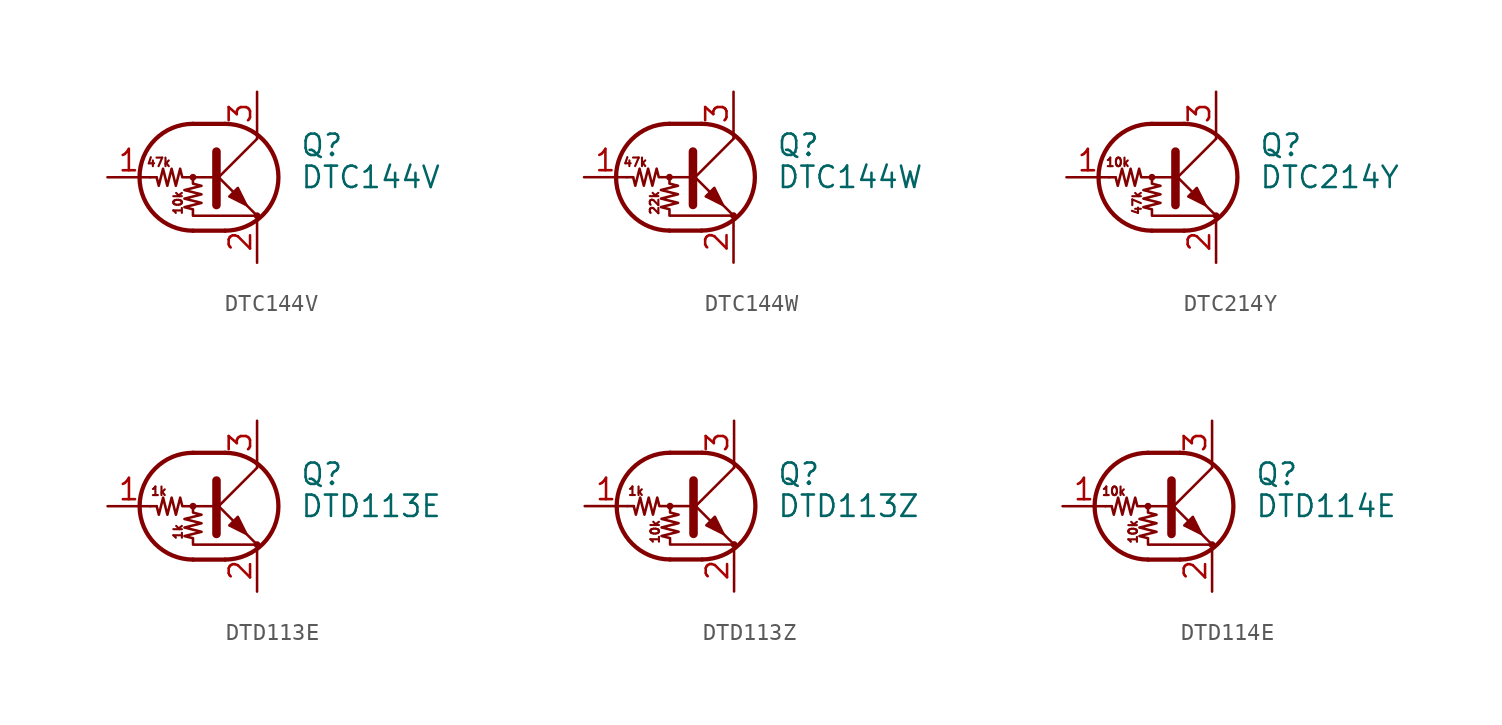
<source format=kicad_sym>
(kicad_symbol_lib
  (version 20201005)
  (generator kicad_symbol_editor)
  (symbol "Transistor_BJT:DTC144V"
    (pin_names
      (offset 0) hide)
    (property "Reference" "Q"
      (at 5.08 1.905 0)
      (effects (font (size 1.27 1.27)) (justify left)))
    (property "Value" "DTC144V"
      (at 5.08 0 0)
      (effects (font (size 1.27 1.27)) (justify left)))
    (symbol "DTC144V_0_0"
      (text "10k" (at -2.159 -1.524 900) (effects (font (size 0.508 0.508))))
      (text "47k" (at -3.302 0.889 0) (effects (font (size 0.508 0.508)))))
    (symbol "DTC144V_0_1"
      (arc (start -1.27 3.175) (end -1.27 -3.175) (radius (at -1.27 0) (length 3.175) (angles 90.1 -90.1)) (stroke (width 0.254)) (fill (type none)))
      (arc (start 0.635 -3.175) (end 0.635 3.175) (radius (at 0.635 0) (length 3.175) (angles -89.9 89.9)) (stroke (width 0.254)) (fill (type none)))
      (circle (center -1.27 0) (radius 0.127) (stroke (width 0)) (fill (type none)))
      (circle (center 2.54 -2.286) (radius 0.127) (stroke (width 0)) (fill (type none)))
      (polyline (pts (xy -3.429 0) (xy -3.81 0)) (stroke (width 0)) (fill (type none)))
      (polyline (pts (xy -1.27 -3.175) (xy 0.635 -3.175)) (stroke (width 0.254)) (fill (type none)))
      (polyline (pts (xy -1.27 3.175) (xy 0.635 3.175)) (stroke (width 0.254)) (fill (type none)))
      (polyline (pts (xy 0 -0.254) (xy 2.54 2.286)) (stroke (width 0)) (fill (type none)))
      (polyline (pts (xy 0.127 1.524) (xy 0.127 -1.651)) (stroke (width 0.508)) (fill (type outline)))
      (polyline (pts (xy 2.54 2.286) (xy 2.54 2.54)) (stroke (width 0)) (fill (type none)))
      (polyline (pts (xy 2.54 -2.286) (xy 0 0.254) (xy 0 0.254)) (stroke (width 0)) (fill (type none)))
      (polyline (pts (xy 0.889 -1.143) (xy 1.397 -0.635) (xy 1.905 -1.651) (xy 0.889 -1.143)) (stroke (width 0)) (fill (type outline)))
      (polyline (pts (xy 0 0) (xy -1.905 0) (xy -2.032 0.508) (xy -2.286 -0.508) (xy -2.54 0.508) (xy -2.794 -0.508) (xy -3.048 0.508) (xy -3.302 -0.508) (xy -3.429 0)) (stroke (width 0)) (fill (type none)))
      (polyline (pts (xy -1.27 0) (xy -1.27 -0.381) (xy -0.762 -0.508) (xy -1.778 -0.762) (xy -0.762 -1.016) (xy -1.778 -1.27) (xy -0.762 -1.524) (xy -1.778 -1.778) (xy -1.27 -1.905) (xy -1.27 -2.286) (xy 2.54 -2.286)) (stroke (width 0)) (fill (type none))))
    (symbol "DTC144V_1_1"
      (pin input line (at -6.35 0 0) (length 2.54) (name "B" (effects (font (size 1.27 1.27)))) (number "1" (effects (font (size 1.27 1.27)))))
      (pin passive line (at 2.54 -5.08 90) (length 2.54) (name "E" (effects (font (size 1.27 1.27)))) (number "2" (effects (font (size 1.27 1.27)))))
      (pin passive line (at 2.54 5.08 270) (length 2.54) (name "C" (effects (font (size 1.27 1.27)))) (number "3" (effects (font (size 1.27 1.27)))))))
  (symbol "Transistor_BJT:DTC144W"
    (pin_names
      (offset 0) hide)
    (property "Reference" "Q"
      (at 5.08 1.905 0)
      (effects (font (size 1.27 1.27)) (justify left)))
    (property "Value" "DTC144W"
      (at 5.08 0 0)
      (effects (font (size 1.27 1.27)) (justify left)))
    (symbol "DTC144W_0_0"
      (text "22k" (at -2.159 -1.524 900) (effects (font (size 0.508 0.508))))
      (text "47k" (at -3.302 0.889 0) (effects (font (size 0.508 0.508)))))
    (symbol "DTC144W_0_1"
      (arc (start -1.27 3.175) (end -1.27 -3.175) (radius (at -1.27 0) (length 3.175) (angles 90.1 -90.1)) (stroke (width 0.254)) (fill (type none)))
      (arc (start 0.635 -3.175) (end 0.635 3.175) (radius (at 0.635 0) (length 3.175) (angles -89.9 89.9)) (stroke (width 0.254)) (fill (type none)))
      (circle (center -1.27 0) (radius 0.127) (stroke (width 0)) (fill (type none)))
      (circle (center 2.54 -2.286) (radius 0.127) (stroke (width 0)) (fill (type none)))
      (polyline (pts (xy -3.429 0) (xy -3.81 0)) (stroke (width 0)) (fill (type none)))
      (polyline (pts (xy -1.27 -3.175) (xy 0.635 -3.175)) (stroke (width 0.254)) (fill (type none)))
      (polyline (pts (xy -1.27 3.175) (xy 0.635 3.175)) (stroke (width 0.254)) (fill (type none)))
      (polyline (pts (xy 0 -0.254) (xy 2.54 2.286)) (stroke (width 0)) (fill (type none)))
      (polyline (pts (xy 0.127 1.524) (xy 0.127 -1.651)) (stroke (width 0.508)) (fill (type outline)))
      (polyline (pts (xy 2.54 2.286) (xy 2.54 2.54)) (stroke (width 0)) (fill (type none)))
      (polyline (pts (xy 2.54 -2.286) (xy 0 0.254) (xy 0 0.254)) (stroke (width 0)) (fill (type none)))
      (polyline (pts (xy 0.889 -1.143) (xy 1.397 -0.635) (xy 1.905 -1.651) (xy 0.889 -1.143)) (stroke (width 0)) (fill (type outline)))
      (polyline (pts (xy 0 0) (xy -1.905 0) (xy -2.032 0.508) (xy -2.286 -0.508) (xy -2.54 0.508) (xy -2.794 -0.508) (xy -3.048 0.508) (xy -3.302 -0.508) (xy -3.429 0)) (stroke (width 0)) (fill (type none)))
      (polyline (pts (xy -1.27 0) (xy -1.27 -0.381) (xy -0.762 -0.508) (xy -1.778 -0.762) (xy -0.762 -1.016) (xy -1.778 -1.27) (xy -0.762 -1.524) (xy -1.778 -1.778) (xy -1.27 -1.905) (xy -1.27 -2.286) (xy 2.54 -2.286)) (stroke (width 0)) (fill (type none))))
    (symbol "DTC144W_1_1"
      (pin input line (at -6.35 0 0) (length 2.54) (name "B" (effects (font (size 1.27 1.27)))) (number "1" (effects (font (size 1.27 1.27)))))
      (pin passive line (at 2.54 -5.08 90) (length 2.54) (name "E" (effects (font (size 1.27 1.27)))) (number "2" (effects (font (size 1.27 1.27)))))
      (pin passive line (at 2.54 5.08 270) (length 2.54) (name "C" (effects (font (size 1.27 1.27)))) (number "3" (effects (font (size 1.27 1.27)))))))
  (symbol "Transistor_BJT:DTC214Y"
    (pin_names
      (offset 0) hide)
    (property "Reference" "Q"
      (at 5.08 1.905 0)
      (effects (font (size 1.27 1.27)) (justify left)))
    (property "Value" "DTC214Y"
      (at 5.08 0 0)
      (effects (font (size 1.27 1.27)) (justify left)))
    (symbol "DTC214Y_0_0"
      (text "10k" (at -3.302 0.889 0) (effects (font (size 0.508 0.508))))
      (text "47k" (at -2.159 -1.524 900) (effects (font (size 0.508 0.508)))))
    (symbol "DTC214Y_0_1"
      (arc (start -1.27 3.175) (end -1.27 -3.175) (radius (at -1.27 0) (length 3.175) (angles 90.1 -90.1)) (stroke (width 0.254)) (fill (type none)))
      (arc (start 0.635 -3.175) (end 0.635 3.175) (radius (at 0.635 0) (length 3.175) (angles -89.9 89.9)) (stroke (width 0.254)) (fill (type none)))
      (circle (center -1.27 0) (radius 0.127) (stroke (width 0)) (fill (type none)))
      (circle (center 2.54 -2.286) (radius 0.127) (stroke (width 0)) (fill (type none)))
      (polyline (pts (xy -3.429 0) (xy -3.81 0)) (stroke (width 0)) (fill (type none)))
      (polyline (pts (xy -1.27 -3.175) (xy 0.635 -3.175)) (stroke (width 0.254)) (fill (type none)))
      (polyline (pts (xy -1.27 3.175) (xy 0.635 3.175)) (stroke (width 0.254)) (fill (type none)))
      (polyline (pts (xy 0 -0.254) (xy 2.54 2.286)) (stroke (width 0)) (fill (type none)))
      (polyline (pts (xy 0.127 1.524) (xy 0.127 -1.651)) (stroke (width 0.508)) (fill (type outline)))
      (polyline (pts (xy 2.54 2.286) (xy 2.54 2.54)) (stroke (width 0)) (fill (type none)))
      (polyline (pts (xy 2.54 -2.286) (xy 0 0.254) (xy 0 0.254)) (stroke (width 0)) (fill (type none)))
      (polyline (pts (xy 0.889 -1.143) (xy 1.397 -0.635) (xy 1.905 -1.651) (xy 0.889 -1.143)) (stroke (width 0)) (fill (type outline)))
      (polyline (pts (xy 0 0) (xy -1.905 0) (xy -2.032 0.508) (xy -2.286 -0.508) (xy -2.54 0.508) (xy -2.794 -0.508) (xy -3.048 0.508) (xy -3.302 -0.508) (xy -3.429 0)) (stroke (width 0)) (fill (type none)))
      (polyline (pts (xy -1.27 0) (xy -1.27 -0.381) (xy -0.762 -0.508) (xy -1.778 -0.762) (xy -0.762 -1.016) (xy -1.778 -1.27) (xy -0.762 -1.524) (xy -1.778 -1.778) (xy -1.27 -1.905) (xy -1.27 -2.286) (xy 2.54 -2.286)) (stroke (width 0)) (fill (type none))))
    (symbol "DTC214Y_1_1"
      (pin input line (at -6.35 0 0) (length 2.54) (name "B" (effects (font (size 1.27 1.27)))) (number "1" (effects (font (size 1.27 1.27)))))
      (pin passive line (at 2.54 -5.08 90) (length 2.54) (name "E" (effects (font (size 1.27 1.27)))) (number "2" (effects (font (size 1.27 1.27)))))
      (pin passive line (at 2.54 5.08 270) (length 2.54) (name "C" (effects (font (size 1.27 1.27)))) (number "3" (effects (font (size 1.27 1.27)))))))
  (symbol "Transistor_BJT:DTD113E"
    (pin_names
      (offset 0) hide)
    (property "Reference" "Q"
      (at 5.08 1.905 0)
      (effects (font (size 1.27 1.27)) (justify left)))
    (property "Value" "DTD113E"
      (at 5.08 0 0)
      (effects (font (size 1.27 1.27)) (justify left)))
    (symbol "DTD113E_0_0"
      (text "1k" (at -3.302 0.889 0) (effects (font (size 0.508 0.508))))
      (text "1k" (at -2.159 -1.524 900) (effects (font (size 0.508 0.508)))))
    (symbol "DTD113E_0_1"
      (arc (start -1.27 3.175) (end -1.27 -3.175) (radius (at -1.27 0) (length 3.175) (angles 90.1 -90.1)) (stroke (width 0.254)) (fill (type none)))
      (arc (start 0.635 -3.175) (end 0.635 3.175) (radius (at 0.635 0) (length 3.175) (angles -89.9 89.9)) (stroke (width 0.254)) (fill (type none)))
      (circle (center -1.27 0) (radius 0.127) (stroke (width 0)) (fill (type none)))
      (circle (center 2.54 -2.286) (radius 0.127) (stroke (width 0)) (fill (type none)))
      (polyline (pts (xy -3.429 0) (xy -3.81 0)) (stroke (width 0)) (fill (type none)))
      (polyline (pts (xy -1.27 -3.175) (xy 0.635 -3.175)) (stroke (width 0.254)) (fill (type none)))
      (polyline (pts (xy -1.27 3.175) (xy 0.635 3.175)) (stroke (width 0.254)) (fill (type none)))
      (polyline (pts (xy 0 -0.254) (xy 2.54 2.286)) (stroke (width 0)) (fill (type none)))
      (polyline (pts (xy 0.127 1.524) (xy 0.127 -1.651)) (stroke (width 0.508)) (fill (type outline)))
      (polyline (pts (xy 2.54 2.286) (xy 2.54 2.54)) (stroke (width 0)) (fill (type none)))
      (polyline (pts (xy 2.54 -2.286) (xy 0 0.254) (xy 0 0.254)) (stroke (width 0)) (fill (type none)))
      (polyline (pts (xy 0.889 -1.143) (xy 1.397 -0.635) (xy 1.905 -1.651) (xy 0.889 -1.143)) (stroke (width 0)) (fill (type outline)))
      (polyline (pts (xy 0 0) (xy -1.905 0) (xy -2.032 0.508) (xy -2.286 -0.508) (xy -2.54 0.508) (xy -2.794 -0.508) (xy -3.048 0.508) (xy -3.302 -0.508) (xy -3.429 0)) (stroke (width 0)) (fill (type none)))
      (polyline (pts (xy -1.27 0) (xy -1.27 -0.381) (xy -0.762 -0.508) (xy -1.778 -0.762) (xy -0.762 -1.016) (xy -1.778 -1.27) (xy -0.762 -1.524) (xy -1.778 -1.778) (xy -1.27 -1.905) (xy -1.27 -2.286) (xy 2.54 -2.286)) (stroke (width 0)) (fill (type none))))
    (symbol "DTD113E_1_1"
      (pin input line (at -6.35 0 0) (length 2.54) (name "B" (effects (font (size 1.27 1.27)))) (number "1" (effects (font (size 1.27 1.27)))))
      (pin passive line (at 2.54 -5.08 90) (length 2.54) (name "E" (effects (font (size 1.27 1.27)))) (number "2" (effects (font (size 1.27 1.27)))))
      (pin passive line (at 2.54 5.08 270) (length 2.54) (name "C" (effects (font (size 1.27 1.27)))) (number "3" (effects (font (size 1.27 1.27)))))))
  (symbol "Transistor_BJT:DTD113Z"
    (pin_names
      (offset 0) hide)
    (property "Reference" "Q"
      (at 5.08 1.905 0)
      (effects (font (size 1.27 1.27)) (justify left)))
    (property "Value" "DTD113Z"
      (at 5.08 0 0)
      (effects (font (size 1.27 1.27)) (justify left)))
    (symbol "DTD113Z_0_0"
      (text "10k" (at -2.159 -1.524 900) (effects (font (size 0.508 0.508))))
      (text "1k" (at -3.302 0.889 0) (effects (font (size 0.508 0.508)))))
    (symbol "DTD113Z_0_1"
      (arc (start -1.27 3.175) (end -1.27 -3.175) (radius (at -1.27 0) (length 3.175) (angles 90.1 -90.1)) (stroke (width 0.254)) (fill (type none)))
      (arc (start 0.635 -3.175) (end 0.635 3.175) (radius (at 0.635 0) (length 3.175) (angles -89.9 89.9)) (stroke (width 0.254)) (fill (type none)))
      (circle (center -1.27 0) (radius 0.127) (stroke (width 0)) (fill (type none)))
      (circle (center 2.54 -2.286) (radius 0.127) (stroke (width 0)) (fill (type none)))
      (polyline (pts (xy -3.429 0) (xy -3.81 0)) (stroke (width 0)) (fill (type none)))
      (polyline (pts (xy -1.27 -3.175) (xy 0.635 -3.175)) (stroke (width 0.254)) (fill (type none)))
      (polyline (pts (xy -1.27 3.175) (xy 0.635 3.175)) (stroke (width 0.254)) (fill (type none)))
      (polyline (pts (xy 0 -0.254) (xy 2.54 2.286)) (stroke (width 0)) (fill (type none)))
      (polyline (pts (xy 0.127 1.524) (xy 0.127 -1.651)) (stroke (width 0.508)) (fill (type outline)))
      (polyline (pts (xy 2.54 2.286) (xy 2.54 2.54)) (stroke (width 0)) (fill (type none)))
      (polyline (pts (xy 2.54 -2.286) (xy 0 0.254) (xy 0 0.254)) (stroke (width 0)) (fill (type none)))
      (polyline (pts (xy 0.889 -1.143) (xy 1.397 -0.635) (xy 1.905 -1.651) (xy 0.889 -1.143)) (stroke (width 0)) (fill (type outline)))
      (polyline (pts (xy 0 0) (xy -1.905 0) (xy -2.032 0.508) (xy -2.286 -0.508) (xy -2.54 0.508) (xy -2.794 -0.508) (xy -3.048 0.508) (xy -3.302 -0.508) (xy -3.429 0)) (stroke (width 0)) (fill (type none)))
      (polyline (pts (xy -1.27 0) (xy -1.27 -0.381) (xy -0.762 -0.508) (xy -1.778 -0.762) (xy -0.762 -1.016) (xy -1.778 -1.27) (xy -0.762 -1.524) (xy -1.778 -1.778) (xy -1.27 -1.905) (xy -1.27 -2.286) (xy 2.54 -2.286)) (stroke (width 0)) (fill (type none))))
    (symbol "DTD113Z_1_1"
      (pin input line (at -6.35 0 0) (length 2.54) (name "B" (effects (font (size 1.27 1.27)))) (number "1" (effects (font (size 1.27 1.27)))))
      (pin passive line (at 2.54 -5.08 90) (length 2.54) (name "E" (effects (font (size 1.27 1.27)))) (number "2" (effects (font (size 1.27 1.27)))))
      (pin passive line (at 2.54 5.08 270) (length 2.54) (name "C" (effects (font (size 1.27 1.27)))) (number "3" (effects (font (size 1.27 1.27)))))))
  (symbol "Transistor_BJT:DTD114E"
    (pin_names
      (offset 0) hide)
    (property "Reference" "Q"
      (at 5.08 1.905 0)
      (effects (font (size 1.27 1.27)) (justify left)))
    (property "Value" "DTD114E"
      (at 5.08 0 0)
      (effects (font (size 1.27 1.27)) (justify left)))
    (symbol "DTD114E_0_0"
      (text "10k" (at -3.302 0.889 0) (effects (font (size 0.508 0.508))))
      (text "10k" (at -2.159 -1.524 900) (effects (font (size 0.508 0.508)))))
    (symbol "DTD114E_0_1"
      (arc (start -1.27 3.175) (end -1.27 -3.175) (radius (at -1.27 0) (length 3.175) (angles 90.1 -90.1)) (stroke (width 0.254)) (fill (type none)))
      (arc (start 0.635 -3.175) (end 0.635 3.175) (radius (at 0.635 0) (length 3.175) (angles -89.9 89.9)) (stroke (width 0.254)) (fill (type none)))
      (circle (center -1.27 0) (radius 0.127) (stroke (width 0)) (fill (type none)))
      (circle (center 2.54 -2.286) (radius 0.127) (stroke (width 0)) (fill (type none)))
      (polyline (pts (xy -3.429 0) (xy -3.81 0)) (stroke (width 0)) (fill (type none)))
      (polyline (pts (xy -1.27 -3.175) (xy 0.635 -3.175)) (stroke (width 0.254)) (fill (type none)))
      (polyline (pts (xy -1.27 3.175) (xy 0.635 3.175)) (stroke (width 0.254)) (fill (type none)))
      (polyline (pts (xy 0 -0.254) (xy 2.54 2.286)) (stroke (width 0)) (fill (type none)))
      (polyline (pts (xy 0.127 1.524) (xy 0.127 -1.651)) (stroke (width 0.508)) (fill (type outline)))
      (polyline (pts (xy 2.54 2.286) (xy 2.54 2.54)) (stroke (width 0)) (fill (type none)))
      (polyline (pts (xy 2.54 -2.286) (xy 0 0.254) (xy 0 0.254)) (stroke (width 0)) (fill (type none)))
      (polyline (pts (xy 0.889 -1.143) (xy 1.397 -0.635) (xy 1.905 -1.651) (xy 0.889 -1.143)) (stroke (width 0)) (fill (type outline)))
      (polyline (pts (xy 0 0) (xy -1.905 0) (xy -2.032 0.508) (xy -2.286 -0.508) (xy -2.54 0.508) (xy -2.794 -0.508) (xy -3.048 0.508) (xy -3.302 -0.508) (xy -3.429 0)) (stroke (width 0)) (fill (type none)))
      (polyline (pts (xy -1.27 0) (xy -1.27 -0.381) (xy -0.762 -0.508) (xy -1.778 -0.762) (xy -0.762 -1.016) (xy -1.778 -1.27) (xy -0.762 -1.524) (xy -1.778 -1.778) (xy -1.27 -1.905) (xy -1.27 -2.286) (xy 2.54 -2.286)) (stroke (width 0)) (fill (type none))))
    (symbol "DTD114E_1_1"
      (pin input line (at -6.35 0 0) (length 2.54) (name "B" (effects (font (size 1.27 1.27)))) (number "1" (effects (font (size 1.27 1.27)))))
      (pin passive line (at 2.54 -5.08 90) (length 2.54) (name "E" (effects (font (size 1.27 1.27)))) (number "2" (effects (font (size 1.27 1.27)))))
      (pin passive line (at 2.54 5.08 270) (length 2.54) (name "C" (effects (font (size 1.27 1.27)))) (number "3" (effects (font (size 1.27 1.27))))))))
</source>
